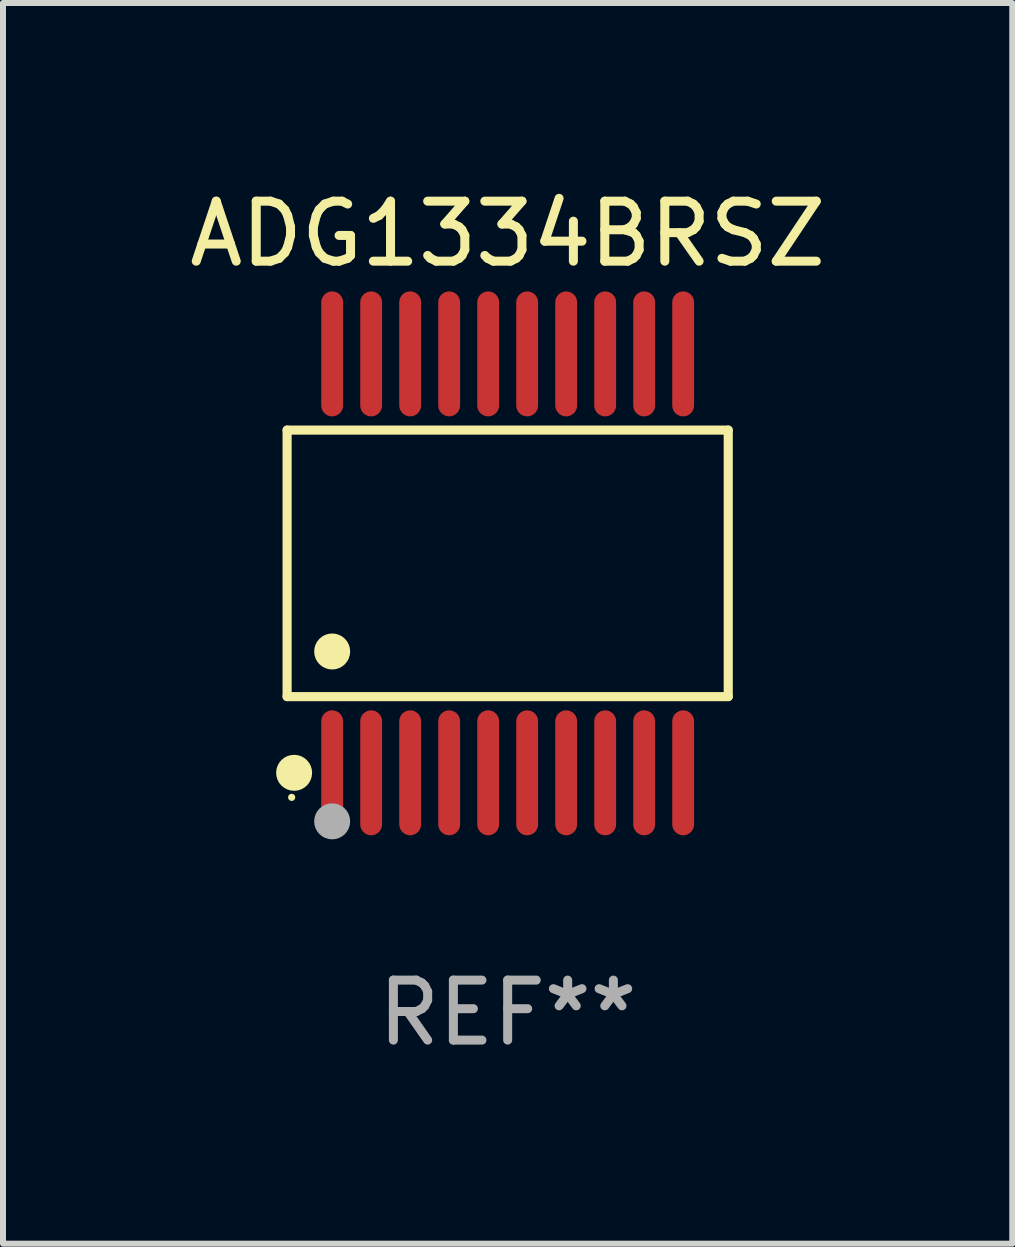
<source format=kicad_pcb>
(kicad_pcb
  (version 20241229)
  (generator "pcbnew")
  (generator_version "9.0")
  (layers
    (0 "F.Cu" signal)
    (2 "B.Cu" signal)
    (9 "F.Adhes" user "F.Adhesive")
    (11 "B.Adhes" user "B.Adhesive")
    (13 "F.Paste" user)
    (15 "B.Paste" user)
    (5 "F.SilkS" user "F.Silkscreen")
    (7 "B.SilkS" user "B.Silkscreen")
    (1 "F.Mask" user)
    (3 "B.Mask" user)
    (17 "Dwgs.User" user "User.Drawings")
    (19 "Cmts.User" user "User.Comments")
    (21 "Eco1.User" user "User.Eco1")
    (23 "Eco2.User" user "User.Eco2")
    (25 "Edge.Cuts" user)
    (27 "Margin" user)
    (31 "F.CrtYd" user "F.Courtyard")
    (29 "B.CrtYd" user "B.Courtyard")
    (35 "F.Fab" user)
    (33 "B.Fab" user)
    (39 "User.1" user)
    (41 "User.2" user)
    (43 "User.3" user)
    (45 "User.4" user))
  (footprint "ADG1334BRSZ"
    (layer "F.Cu")
    (at 5.411 6.339)
    (property "Reference" "ADG1334BRSZ" (at 0 -5.491 0) (layer "F.SilkS") (effects (font (size 1 1) (thickness 0.15))))
    (attr through_hole)
    (fp_line (start -3.676 -2.221) (end 3.676 -2.221) (stroke (width 0.152) (type solid)) (layer "F.SilkS"))
    (fp_line (start -3.676 2.221) (end -3.676 -2.221) (stroke (width 0.152) (type solid)) (layer "F.SilkS"))
    (fp_line (start 3.676 -2.221) (end 3.676 2.221) (stroke (width 0.152) (type solid)) (layer "F.SilkS"))
    (fp_line (start 3.676 2.221) (end -3.676 2.221) (stroke (width 0.152) (type solid)) (layer "F.SilkS"))
    (fp_circle (center -3.6 3.9) (end -3.57 3.9) (stroke (width 0.06) (type solid)) (fill no) (layer "F.SilkS"))
    (fp_circle (center -3.559 3.491) (end -3.409 3.491) (stroke (width 0.3) (type solid)) (fill no) (layer "F.SilkS"))
    (fp_circle (center -2.925 1.469) (end -2.775 1.469) (stroke (width 0.3) (type solid)) (fill no) (layer "F.SilkS"))
    (fp_circle (center -2.925 4.3) (end -2.775 4.3) (stroke (width 0.3) (type solid)) (fill no) (layer "F.Fab"))
    (fp_text user "REF**" (at 0 7.491 0) (layer "F.Fab") (effects (font (size 1 1) (thickness 0.15))))
    (pad "1" smd oval (at -2.925 3.491) (size 0.364 2.082) (layers "F.Cu" "F.Mask" "F.Paste"))
    (pad "2" smd oval (at -2.275 3.491) (size 0.364 2.082) (layers "F.Cu" "F.Mask" "F.Paste"))
    (pad "3" smd oval (at -1.625 3.491) (size 0.364 2.082) (layers "F.Cu" "F.Mask" "F.Paste"))
    (pad "4" smd oval (at -0.975 3.491) (size 0.364 2.082) (layers "F.Cu" "F.Mask" "F.Paste"))
    (pad "5" smd oval (at -0.325 3.491) (size 0.364 2.082) (layers "F.Cu" "F.Mask" "F.Paste"))
    (pad "6" smd oval (at 0.325 3.491) (size 0.364 2.082) (layers "F.Cu" "F.Mask" "F.Paste"))
    (pad "7" smd oval (at 0.975 3.491) (size 0.364 2.082) (layers "F.Cu" "F.Mask" "F.Paste"))
    (pad "8" smd oval (at 1.625 3.491) (size 0.364 2.082) (layers "F.Cu" "F.Mask" "F.Paste"))
    (pad "9" smd oval (at 2.275 3.491) (size 0.364 2.082) (layers "F.Cu" "F.Mask" "F.Paste"))
    (pad "10" smd oval (at 2.925 3.491) (size 0.364 2.082) (layers "F.Cu" "F.Mask" "F.Paste"))
    (pad "11" smd oval (at 2.925 -3.491) (size 0.364 2.082) (layers "F.Cu" "F.Mask" "F.Paste"))
    (pad "12" smd oval (at 2.275 -3.491) (size 0.364 2.082) (layers "F.Cu" "F.Mask" "F.Paste"))
    (pad "13" smd oval (at 1.625 -3.491) (size 0.364 2.082) (layers "F.Cu" "F.Mask" "F.Paste"))
    (pad "14" smd oval (at 0.975 -3.491) (size 0.364 2.082) (layers "F.Cu" "F.Mask" "F.Paste"))
    (pad "15" smd oval (at 0.325 -3.491) (size 0.364 2.082) (layers "F.Cu" "F.Mask" "F.Paste"))
    (pad "16" smd oval (at -0.325 -3.491) (size 0.364 2.082) (layers "F.Cu" "F.Mask" "F.Paste"))
    (pad "17" smd oval (at -0.975 -3.491) (size 0.364 2.082) (layers "F.Cu" "F.Mask" "F.Paste"))
    (pad "18" smd oval (at -1.625 -3.491) (size 0.364 2.082) (layers "F.Cu" "F.Mask" "F.Paste"))
    (pad "19" smd oval (at -2.275 -3.491) (size 0.364 2.082) (layers "F.Cu" "F.Mask" "F.Paste"))
    (pad "20" smd oval (at -2.925 -3.491) (size 0.364 2.082) (layers "F.Cu" "F.Mask" "F.Paste")))
  (gr_rect
    (start -3 -3)
    (end 13.821 17.678)
    (stroke (width 0.1) (type default))
    (fill no)
    (layer "Edge.Cuts")))
</source>
